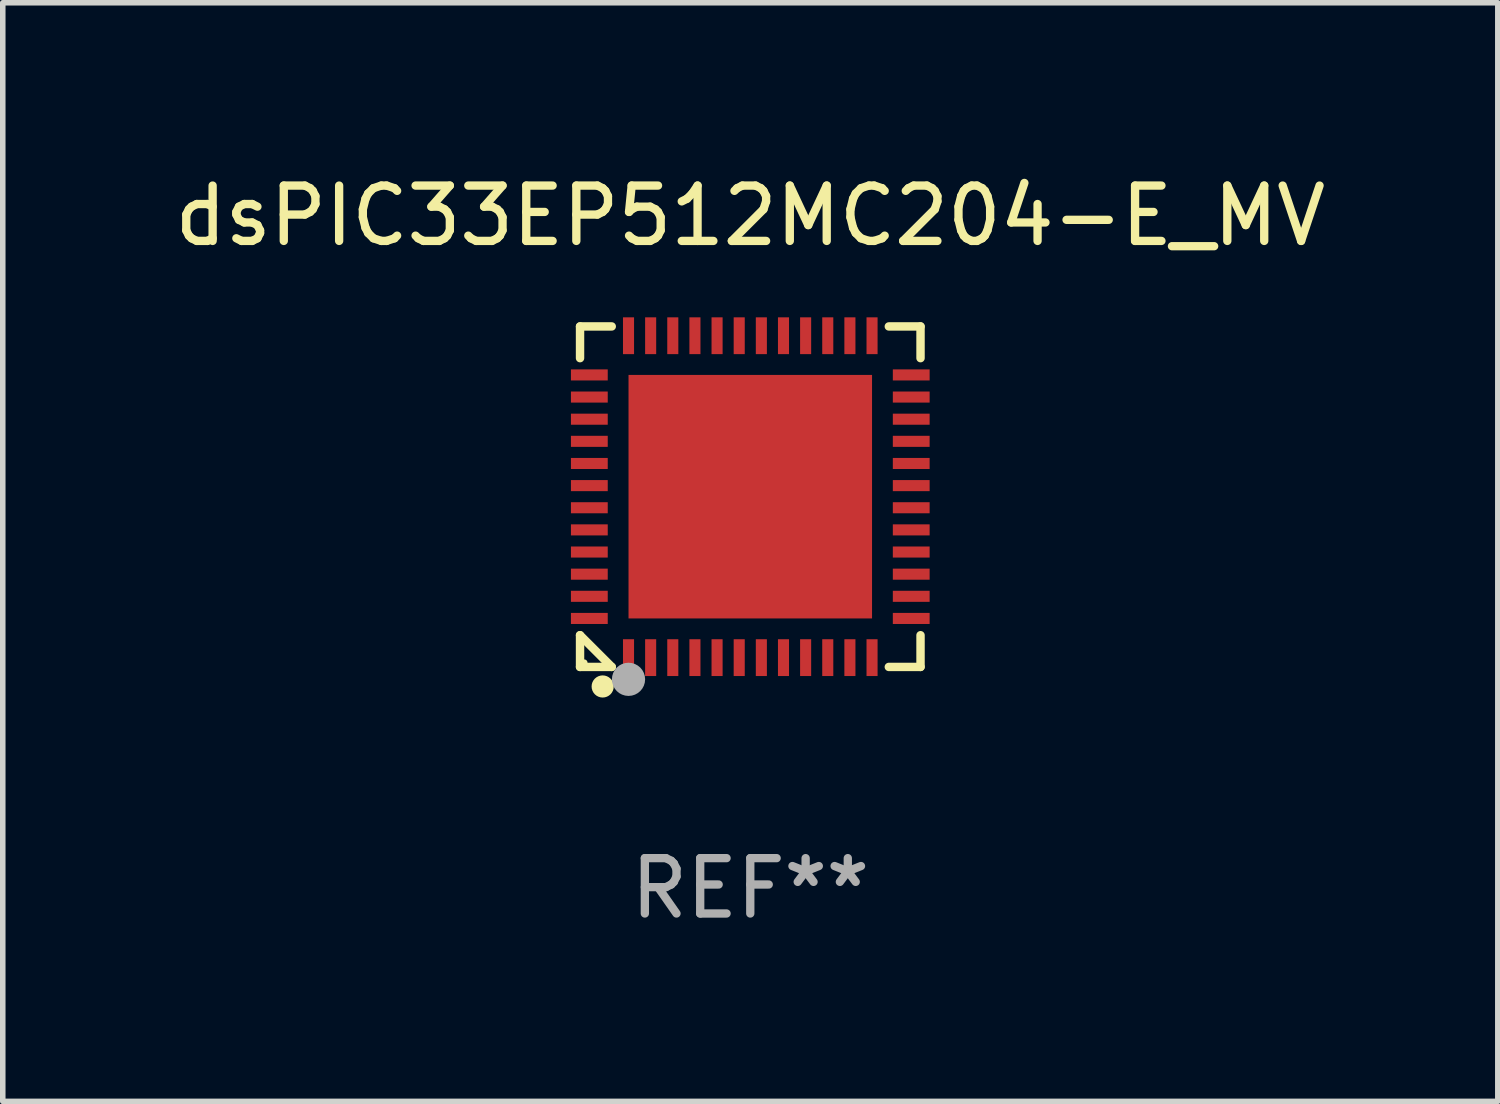
<source format=kicad_pcb>
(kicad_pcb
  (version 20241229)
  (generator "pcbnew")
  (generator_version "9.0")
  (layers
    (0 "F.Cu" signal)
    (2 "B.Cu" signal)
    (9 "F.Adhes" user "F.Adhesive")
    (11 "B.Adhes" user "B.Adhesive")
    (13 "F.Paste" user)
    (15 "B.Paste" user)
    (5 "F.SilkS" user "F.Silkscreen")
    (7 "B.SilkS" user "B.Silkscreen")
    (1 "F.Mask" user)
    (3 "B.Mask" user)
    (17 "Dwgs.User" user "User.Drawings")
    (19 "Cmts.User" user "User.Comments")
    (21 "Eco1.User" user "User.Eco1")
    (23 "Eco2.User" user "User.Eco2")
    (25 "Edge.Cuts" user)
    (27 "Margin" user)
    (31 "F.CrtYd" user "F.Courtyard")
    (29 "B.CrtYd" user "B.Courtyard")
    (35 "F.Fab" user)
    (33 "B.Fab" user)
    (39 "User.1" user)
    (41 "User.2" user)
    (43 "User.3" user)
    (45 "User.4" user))
  (footprint "dsPIC33EP512MC204-E_MV"
    (layer "F.Cu")
    (at 10.506 5.924)
    (property "Reference" "dsPIC33EP512MC204-E_MV" (at 0 -5.076 0) (layer "F.SilkS") (effects (font (size 1 1) (thickness 0.15))))
    (attr through_hole)
    (fp_line (start -3.076 -3.076) (end -2.503 -3.076) (stroke (width 0.152) (type solid)) (layer "F.SilkS"))
    (fp_line (start -3.076 -2.503) (end -3.076 -3.076) (stroke (width 0.152) (type solid)) (layer "F.SilkS"))
    (fp_line (start -3.076 2.503) (end -3.076 3.076) (stroke (width 0.152) (type solid)) (layer "F.SilkS"))
    (fp_line (start -3.076 2.503) (end -2.503 3.076) (stroke (width 0.152) (type solid)) (layer "F.SilkS"))
    (fp_line (start -3.076 3.076) (end -2.503 3.076) (stroke (width 0.152) (type solid)) (layer "F.SilkS"))
    (fp_line (start 3.076 -3.076) (end 2.503 -3.076) (stroke (width 0.152) (type solid)) (layer "F.SilkS"))
    (fp_line (start 3.076 -2.503) (end 3.076 -3.076) (stroke (width 0.152) (type solid)) (layer "F.SilkS"))
    (fp_line (start 3.076 2.503) (end 3.076 3.076) (stroke (width 0.152) (type solid)) (layer "F.SilkS"))
    (fp_line (start 3.076 3.076) (end 2.503 3.076) (stroke (width 0.152) (type solid)) (layer "F.SilkS"))
    (fp_circle (center -3 3) (end -2.97 3) (stroke (width 0.06) (type solid)) (fill no) (layer "F.SilkS"))
    (fp_circle (center -2.667 3.429) (end -2.567 3.429) (stroke (width 0.2) (type solid)) (fill no) (layer "F.SilkS"))
    (fp_circle (center -2.2 3.3) (end -2.05 3.3) (stroke (width 0.3) (type solid)) (fill no) (layer "F.Fab"))
    (fp_text user "REF**" (at 0 7.076 0) (layer "F.Fab") (effects (font (size 1 1) (thickness 0.15))))
    (pad "1" smd rect (at -2.2 2.908) (size 0.2 0.665) (layers "F.Cu" "F.Mask" "F.Paste"))
    (pad "2" smd rect (at -1.8 2.908) (size 0.2 0.665) (layers "F.Cu" "F.Mask" "F.Paste"))
    (pad "3" smd rect (at -1.4 2.908) (size 0.2 0.665) (layers "F.Cu" "F.Mask" "F.Paste"))
    (pad "4" smd rect (at -1 2.908) (size 0.2 0.665) (layers "F.Cu" "F.Mask" "F.Paste"))
    (pad "5" smd rect (at -0.6 2.908) (size 0.2 0.665) (layers "F.Cu" "F.Mask" "F.Paste"))
    (pad "6" smd rect (at -0.2 2.908) (size 0.2 0.665) (layers "F.Cu" "F.Mask" "F.Paste"))
    (pad "7" smd rect (at 0.2 2.908) (size 0.2 0.665) (layers "F.Cu" "F.Mask" "F.Paste"))
    (pad "8" smd rect (at 0.6 2.908) (size 0.2 0.665) (layers "F.Cu" "F.Mask" "F.Paste"))
    (pad "9" smd rect (at 1 2.908) (size 0.2 0.665) (layers "F.Cu" "F.Mask" "F.Paste"))
    (pad "10" smd rect (at 1.4 2.908) (size 0.2 0.665) (layers "F.Cu" "F.Mask" "F.Paste"))
    (pad "11" smd rect (at 1.8 2.908) (size 0.2 0.665) (layers "F.Cu" "F.Mask" "F.Paste"))
    (pad "12" smd rect (at 2.2 2.908) (size 0.2 0.665) (layers "F.Cu" "F.Mask" "F.Paste"))
    (pad "13" smd rect (at 2.908 2.2) (size 0.665 0.2) (layers "F.Cu" "F.Mask" "F.Paste"))
    (pad "14" smd rect (at 2.908 1.8) (size 0.665 0.2) (layers "F.Cu" "F.Mask" "F.Paste"))
    (pad "15" smd rect (at 2.908 1.4) (size 0.665 0.2) (layers "F.Cu" "F.Mask" "F.Paste"))
    (pad "16" smd rect (at 2.908 1) (size 0.665 0.2) (layers "F.Cu" "F.Mask" "F.Paste"))
    (pad "17" smd rect (at 2.908 0.6) (size 0.665 0.2) (layers "F.Cu" "F.Mask" "F.Paste"))
    (pad "18" smd rect (at 2.908 0.2) (size 0.665 0.2) (layers "F.Cu" "F.Mask" "F.Paste"))
    (pad "19" smd rect (at 2.908 -0.2) (size 0.665 0.2) (layers "F.Cu" "F.Mask" "F.Paste"))
    (pad "20" smd rect (at 2.908 -0.6) (size 0.665 0.2) (layers "F.Cu" "F.Mask" "F.Paste"))
    (pad "21" smd rect (at 2.908 -1) (size 0.665 0.2) (layers "F.Cu" "F.Mask" "F.Paste"))
    (pad "22" smd rect (at 2.908 -1.4) (size 0.665 0.2) (layers "F.Cu" "F.Mask" "F.Paste"))
    (pad "23" smd rect (at 2.908 -1.8) (size 0.665 0.2) (layers "F.Cu" "F.Mask" "F.Paste"))
    (pad "24" smd rect (at 2.908 -2.2) (size 0.665 0.2) (layers "F.Cu" "F.Mask" "F.Paste"))
    (pad "25" smd rect (at 2.2 -2.908) (size 0.2 0.665) (layers "F.Cu" "F.Mask" "F.Paste"))
    (pad "26" smd rect (at 1.8 -2.908) (size 0.2 0.665) (layers "F.Cu" "F.Mask" "F.Paste"))
    (pad "27" smd rect (at 1.4 -2.908) (size 0.2 0.665) (layers "F.Cu" "F.Mask" "F.Paste"))
    (pad "28" smd rect (at 1 -2.908) (size 0.2 0.665) (layers "F.Cu" "F.Mask" "F.Paste"))
    (pad "29" smd rect (at 0.6 -2.908) (size 0.2 0.665) (layers "F.Cu" "F.Mask" "F.Paste"))
    (pad "30" smd rect (at 0.2 -2.908) (size 0.2 0.665) (layers "F.Cu" "F.Mask" "F.Paste"))
    (pad "31" smd rect (at -0.2 -2.908) (size 0.2 0.665) (layers "F.Cu" "F.Mask" "F.Paste"))
    (pad "32" smd rect (at -0.6 -2.908) (size 0.2 0.665) (layers "F.Cu" "F.Mask" "F.Paste"))
    (pad "33" smd rect (at -1 -2.908) (size 0.2 0.665) (layers "F.Cu" "F.Mask" "F.Paste"))
    (pad "34" smd rect (at -1.4 -2.908) (size 0.2 0.665) (layers "F.Cu" "F.Mask" "F.Paste"))
    (pad "35" smd rect (at -1.8 -2.908) (size 0.2 0.665) (layers "F.Cu" "F.Mask" "F.Paste"))
    (pad "36" smd rect (at -2.2 -2.908) (size 0.2 0.665) (layers "F.Cu" "F.Mask" "F.Paste"))
    (pad "37" smd rect (at -2.908 -2.2) (size 0.665 0.2) (layers "F.Cu" "F.Mask" "F.Paste"))
    (pad "38" smd rect (at -2.908 -1.8) (size 0.665 0.2) (layers "F.Cu" "F.Mask" "F.Paste"))
    (pad "39" smd rect (at -2.908 -1.4) (size 0.665 0.2) (layers "F.Cu" "F.Mask" "F.Paste"))
    (pad "40" smd rect (at -2.908 -1) (size 0.665 0.2) (layers "F.Cu" "F.Mask" "F.Paste"))
    (pad "41" smd rect (at -2.908 -0.6) (size 0.665 0.2) (layers "F.Cu" "F.Mask" "F.Paste"))
    (pad "42" smd rect (at -2.908 -0.2) (size 0.665 0.2) (layers "F.Cu" "F.Mask" "F.Paste"))
    (pad "43" smd rect (at -2.908 0.2) (size 0.665 0.2) (layers "F.Cu" "F.Mask" "F.Paste"))
    (pad "44" smd rect (at -2.908 0.6) (size 0.665 0.2) (layers "F.Cu" "F.Mask" "F.Paste"))
    (pad "45" smd rect (at -2.908 1) (size 0.665 0.2) (layers "F.Cu" "F.Mask" "F.Paste"))
    (pad "46" smd rect (at -2.908 1.4) (size 0.665 0.2) (layers "F.Cu" "F.Mask" "F.Paste"))
    (pad "47" smd rect (at -2.908 1.8) (size 0.665 0.2) (layers "F.Cu" "F.Mask" "F.Paste"))
    (pad "48" smd rect (at -2.908 2.2) (size 0.665 0.2) (layers "F.Cu" "F.Mask" "F.Paste"))
    (pad "49" smd rect (at 0 0) (size 4.4 4.4) (layers "F.Cu" "F.Mask" "F.Paste")))
  (gr_rect
    (start -3 -3)
    (end 24.012 16.849)
    (stroke (width 0.1) (type default))
    (fill no)
    (layer "Edge.Cuts")))
</source>
